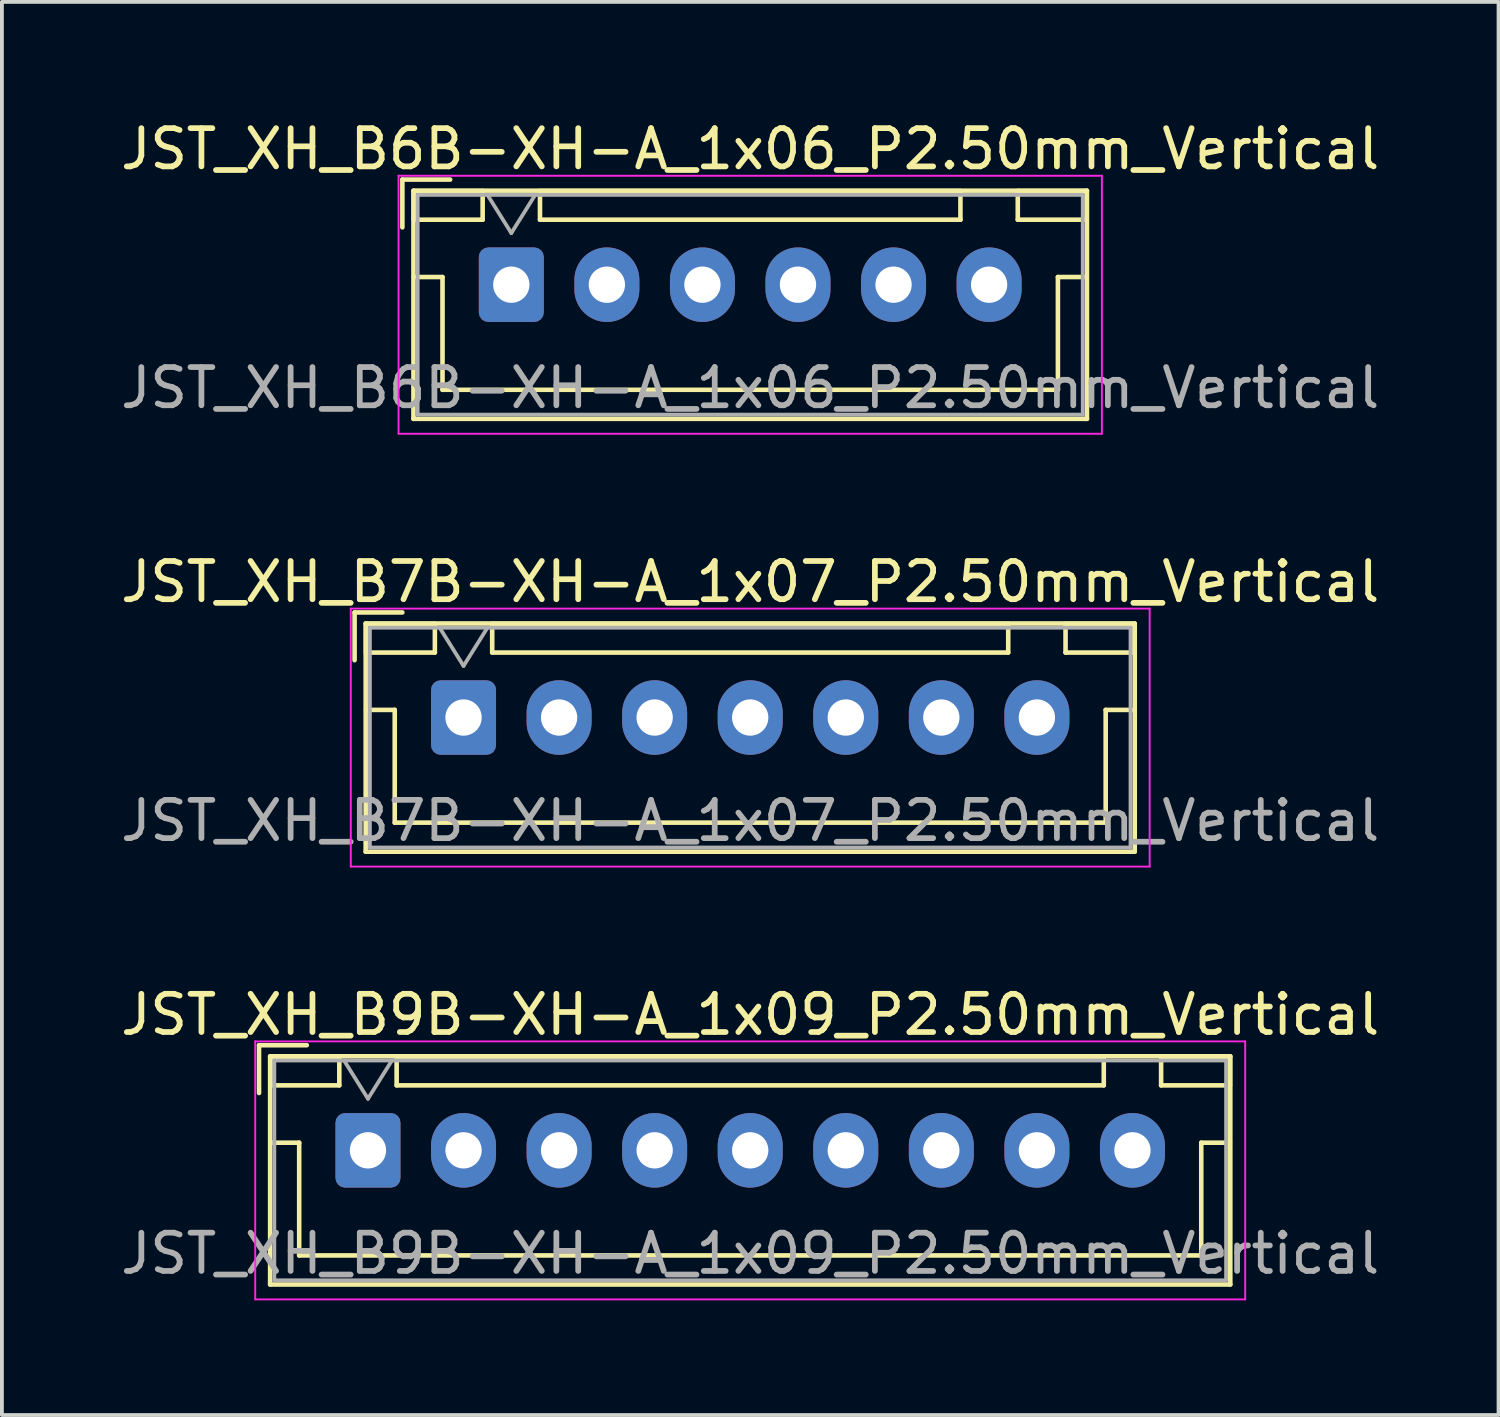
<source format=kicad_pcb>
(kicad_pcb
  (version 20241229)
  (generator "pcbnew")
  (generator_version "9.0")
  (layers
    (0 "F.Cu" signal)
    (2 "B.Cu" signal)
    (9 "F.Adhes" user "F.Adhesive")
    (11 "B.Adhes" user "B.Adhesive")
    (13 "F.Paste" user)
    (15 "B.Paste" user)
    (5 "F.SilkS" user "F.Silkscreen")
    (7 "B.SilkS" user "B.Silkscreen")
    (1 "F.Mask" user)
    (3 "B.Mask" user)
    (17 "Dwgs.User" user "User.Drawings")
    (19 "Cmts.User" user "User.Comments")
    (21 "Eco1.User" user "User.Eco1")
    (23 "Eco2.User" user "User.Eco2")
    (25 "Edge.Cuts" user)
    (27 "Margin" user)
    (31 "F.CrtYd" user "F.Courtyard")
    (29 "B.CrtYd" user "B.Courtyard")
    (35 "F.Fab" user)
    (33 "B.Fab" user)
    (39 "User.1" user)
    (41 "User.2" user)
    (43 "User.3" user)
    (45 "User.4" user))
  (footprint "JST_XH_B9B-XH-A_1x09_P2.50mm_Vertical"
    (layer "F.Cu")
    (at 6.577 27.045)
    (property "Reference" "JST_XH_B9B-XH-A_1x09_P2.50mm_Vertical" (at 10 -3.55 0) (layer "F.SilkS") (effects (font (size 1 1) (thickness 0.15))))
    (attr through_hole)
    (fp_line (start -2.85 -2.75) (end -2.85 -1.5) (stroke (width 0.12) (type solid)) (layer "F.SilkS"))
    (fp_line (start -2.56 -2.46) (end -2.56 3.51) (stroke (width 0.12) (type solid)) (layer "F.SilkS"))
    (fp_line (start -2.56 3.51) (end 22.56 3.51) (stroke (width 0.12) (type solid)) (layer "F.SilkS"))
    (fp_line (start -2.55 -2.45) (end -2.55 -1.7) (stroke (width 0.12) (type solid)) (layer "F.SilkS"))
    (fp_line (start -2.55 -1.7) (end -0.75 -1.7) (stroke (width 0.12) (type solid)) (layer "F.SilkS"))
    (fp_line (start -2.55 -0.2) (end -1.8 -0.2) (stroke (width 0.12) (type solid)) (layer "F.SilkS"))
    (fp_line (start -1.8 -0.2) (end -1.8 2.75) (stroke (width 0.12) (type solid)) (layer "F.SilkS"))
    (fp_line (start -1.8 2.75) (end 10 2.75) (stroke (width 0.12) (type solid)) (layer "F.SilkS"))
    (fp_line (start -1.6 -2.75) (end -2.85 -2.75) (stroke (width 0.12) (type solid)) (layer "F.SilkS"))
    (fp_line (start -0.75 -2.45) (end -2.55 -2.45) (stroke (width 0.12) (type solid)) (layer "F.SilkS"))
    (fp_line (start -0.75 -1.7) (end -0.75 -2.45) (stroke (width 0.12) (type solid)) (layer "F.SilkS"))
    (fp_line (start 0.75 -2.45) (end 0.75 -1.7) (stroke (width 0.12) (type solid)) (layer "F.SilkS"))
    (fp_line (start 0.75 -1.7) (end 19.25 -1.7) (stroke (width 0.12) (type solid)) (layer "F.SilkS"))
    (fp_line (start 19.25 -2.45) (end 0.75 -2.45) (stroke (width 0.12) (type solid)) (layer "F.SilkS"))
    (fp_line (start 19.25 -1.7) (end 19.25 -2.45) (stroke (width 0.12) (type solid)) (layer "F.SilkS"))
    (fp_line (start 20.75 -2.45) (end 20.75 -1.7) (stroke (width 0.12) (type solid)) (layer "F.SilkS"))
    (fp_line (start 20.75 -1.7) (end 22.55 -1.7) (stroke (width 0.12) (type solid)) (layer "F.SilkS"))
    (fp_line (start 21.8 -0.2) (end 21.8 2.75) (stroke (width 0.12) (type solid)) (layer "F.SilkS"))
    (fp_line (start 21.8 2.75) (end 10 2.75) (stroke (width 0.12) (type solid)) (layer "F.SilkS"))
    (fp_line (start 22.55 -2.45) (end 20.75 -2.45) (stroke (width 0.12) (type solid)) (layer "F.SilkS"))
    (fp_line (start 22.55 -1.7) (end 22.55 -2.45) (stroke (width 0.12) (type solid)) (layer "F.SilkS"))
    (fp_line (start 22.55 -0.2) (end 21.8 -0.2) (stroke (width 0.12) (type solid)) (layer "F.SilkS"))
    (fp_line (start 22.56 -2.46) (end -2.56 -2.46) (stroke (width 0.12) (type solid)) (layer "F.SilkS"))
    (fp_line (start 22.56 3.51) (end 22.56 -2.46) (stroke (width 0.12) (type solid)) (layer "F.SilkS"))
    (fp_line (start -2.95 -2.85) (end -2.95 3.9) (stroke (width 0.05) (type solid)) (layer "F.CrtYd"))
    (fp_line (start -2.95 3.9) (end 22.95 3.9) (stroke (width 0.05) (type solid)) (layer "F.CrtYd"))
    (fp_line (start 22.95 -2.85) (end -2.95 -2.85) (stroke (width 0.05) (type solid)) (layer "F.CrtYd"))
    (fp_line (start 22.95 3.9) (end 22.95 -2.85) (stroke (width 0.05) (type solid)) (layer "F.CrtYd"))
    (fp_line (start -2.45 -2.35) (end -2.45 3.4) (stroke (width 0.1) (type solid)) (layer "F.Fab"))
    (fp_line (start -2.45 3.4) (end 22.45 3.4) (stroke (width 0.1) (type solid)) (layer "F.Fab"))
    (fp_line (start -0.625 -2.35) (end 0 -1.35) (stroke (width 0.1) (type solid)) (layer "F.Fab"))
    (fp_line (start 0 -1.35) (end 0.625 -2.35) (stroke (width 0.1) (type solid)) (layer "F.Fab"))
    (fp_line (start 22.45 -2.35) (end -2.45 -2.35) (stroke (width 0.1) (type solid)) (layer "F.Fab"))
    (fp_line (start 22.45 3.4) (end 22.45 -2.35) (stroke (width 0.1) (type solid)) (layer "F.Fab"))
    (fp_text user "${REFERENCE}" (at 10 2.7 0) (layer "F.Fab") (effects (font (size 1 1) (thickness 0.15))))
    (pad "1" thru_hole roundrect (at 0 0) (size 1.7 1.95) (drill 0.95) (layers "*.Cu" "*.Mask") (roundrect_rratio 0.147))
    (pad "2" thru_hole oval (at 2.5 0) (size 1.7 1.95) (drill 0.95) (layers "*.Cu" "*.Mask"))
    (pad "3" thru_hole oval (at 5 0) (size 1.7 1.95) (drill 0.95) (layers "*.Cu" "*.Mask"))
    (pad "4" thru_hole oval (at 7.5 0) (size 1.7 1.95) (drill 0.95) (layers "*.Cu" "*.Mask"))
    (pad "5" thru_hole oval (at 10 0) (size 1.7 1.95) (drill 0.95) (layers "*.Cu" "*.Mask"))
    (pad "6" thru_hole oval (at 12.5 0) (size 1.7 1.95) (drill 0.95) (layers "*.Cu" "*.Mask"))
    (pad "7" thru_hole oval (at 15 0) (size 1.7 1.95) (drill 0.95) (layers "*.Cu" "*.Mask"))
    (pad "8" thru_hole oval (at 17.5 0) (size 1.7 1.95) (drill 0.95) (layers "*.Cu" "*.Mask"))
    (pad "9" thru_hole oval (at 20 0) (size 1.7 1.95) (drill 0.95) (layers "*.Cu" "*.Mask")))
  (footprint "JST_XH_B6B-XH-A_1x06_P2.50mm_Vertical"
    (layer "F.Cu")
    (at 10.327 4.398)
    (property "Reference" "JST_XH_B6B-XH-A_1x06_P2.50mm_Vertical" (at 6.25 -3.55 0) (layer "F.SilkS") (effects (font (size 1 1) (thickness 0.15))))
    (attr through_hole)
    (fp_line (start -2.85 -2.75) (end -2.85 -1.5) (stroke (width 0.12) (type solid)) (layer "F.SilkS"))
    (fp_line (start -2.56 -2.46) (end -2.56 3.51) (stroke (width 0.12) (type solid)) (layer "F.SilkS"))
    (fp_line (start -2.56 3.51) (end 15.06 3.51) (stroke (width 0.12) (type solid)) (layer "F.SilkS"))
    (fp_line (start -2.55 -2.45) (end -2.55 -1.7) (stroke (width 0.12) (type solid)) (layer "F.SilkS"))
    (fp_line (start -2.55 -1.7) (end -0.75 -1.7) (stroke (width 0.12) (type solid)) (layer "F.SilkS"))
    (fp_line (start -2.55 -0.2) (end -1.8 -0.2) (stroke (width 0.12) (type solid)) (layer "F.SilkS"))
    (fp_line (start -1.8 -0.2) (end -1.8 2.75) (stroke (width 0.12) (type solid)) (layer "F.SilkS"))
    (fp_line (start -1.8 2.75) (end 6.25 2.75) (stroke (width 0.12) (type solid)) (layer "F.SilkS"))
    (fp_line (start -1.6 -2.75) (end -2.85 -2.75) (stroke (width 0.12) (type solid)) (layer "F.SilkS"))
    (fp_line (start -0.75 -2.45) (end -2.55 -2.45) (stroke (width 0.12) (type solid)) (layer "F.SilkS"))
    (fp_line (start -0.75 -1.7) (end -0.75 -2.45) (stroke (width 0.12) (type solid)) (layer "F.SilkS"))
    (fp_line (start 0.75 -2.45) (end 0.75 -1.7) (stroke (width 0.12) (type solid)) (layer "F.SilkS"))
    (fp_line (start 0.75 -1.7) (end 11.75 -1.7) (stroke (width 0.12) (type solid)) (layer "F.SilkS"))
    (fp_line (start 11.75 -2.45) (end 0.75 -2.45) (stroke (width 0.12) (type solid)) (layer "F.SilkS"))
    (fp_line (start 11.75 -1.7) (end 11.75 -2.45) (stroke (width 0.12) (type solid)) (layer "F.SilkS"))
    (fp_line (start 13.25 -2.45) (end 13.25 -1.7) (stroke (width 0.12) (type solid)) (layer "F.SilkS"))
    (fp_line (start 13.25 -1.7) (end 15.05 -1.7) (stroke (width 0.12) (type solid)) (layer "F.SilkS"))
    (fp_line (start 14.3 -0.2) (end 14.3 2.75) (stroke (width 0.12) (type solid)) (layer "F.SilkS"))
    (fp_line (start 14.3 2.75) (end 6.25 2.75) (stroke (width 0.12) (type solid)) (layer "F.SilkS"))
    (fp_line (start 15.05 -2.45) (end 13.25 -2.45) (stroke (width 0.12) (type solid)) (layer "F.SilkS"))
    (fp_line (start 15.05 -1.7) (end 15.05 -2.45) (stroke (width 0.12) (type solid)) (layer "F.SilkS"))
    (fp_line (start 15.05 -0.2) (end 14.3 -0.2) (stroke (width 0.12) (type solid)) (layer "F.SilkS"))
    (fp_line (start 15.06 -2.46) (end -2.56 -2.46) (stroke (width 0.12) (type solid)) (layer "F.SilkS"))
    (fp_line (start 15.06 3.51) (end 15.06 -2.46) (stroke (width 0.12) (type solid)) (layer "F.SilkS"))
    (fp_line (start -2.95 -2.85) (end -2.95 3.9) (stroke (width 0.05) (type solid)) (layer "F.CrtYd"))
    (fp_line (start -2.95 3.9) (end 15.45 3.9) (stroke (width 0.05) (type solid)) (layer "F.CrtYd"))
    (fp_line (start 15.45 -2.85) (end -2.95 -2.85) (stroke (width 0.05) (type solid)) (layer "F.CrtYd"))
    (fp_line (start 15.45 3.9) (end 15.45 -2.85) (stroke (width 0.05) (type solid)) (layer "F.CrtYd"))
    (fp_line (start -2.45 -2.35) (end -2.45 3.4) (stroke (width 0.1) (type solid)) (layer "F.Fab"))
    (fp_line (start -2.45 3.4) (end 14.95 3.4) (stroke (width 0.1) (type solid)) (layer "F.Fab"))
    (fp_line (start -0.625 -2.35) (end 0 -1.35) (stroke (width 0.1) (type solid)) (layer "F.Fab"))
    (fp_line (start 0 -1.35) (end 0.625 -2.35) (stroke (width 0.1) (type solid)) (layer "F.Fab"))
    (fp_line (start 14.95 -2.35) (end -2.45 -2.35) (stroke (width 0.1) (type solid)) (layer "F.Fab"))
    (fp_line (start 14.95 3.4) (end 14.95 -2.35) (stroke (width 0.1) (type solid)) (layer "F.Fab"))
    (fp_text user "${REFERENCE}" (at 6.25 2.7 0) (layer "F.Fab") (effects (font (size 1 1) (thickness 0.15))))
    (pad "1" thru_hole roundrect (at 0 0) (size 1.7 1.95) (drill 0.95) (layers "*.Cu" "*.Mask") (roundrect_rratio 0.147))
    (pad "2" thru_hole oval (at 2.5 0) (size 1.7 1.95) (drill 0.95) (layers "*.Cu" "*.Mask"))
    (pad "3" thru_hole oval (at 5 0) (size 1.7 1.95) (drill 0.95) (layers "*.Cu" "*.Mask"))
    (pad "4" thru_hole oval (at 7.5 0) (size 1.7 1.95) (drill 0.95) (layers "*.Cu" "*.Mask"))
    (pad "5" thru_hole oval (at 10 0) (size 1.7 1.95) (drill 0.95) (layers "*.Cu" "*.Mask"))
    (pad "6" thru_hole oval (at 12.5 0) (size 1.7 1.95) (drill 0.95) (layers "*.Cu" "*.Mask")))
  (footprint "JST_XH_B7B-XH-A_1x07_P2.50mm_Vertical"
    (layer "F.Cu")
    (at 9.077 15.722)
    (property "Reference" "JST_XH_B7B-XH-A_1x07_P2.50mm_Vertical" (at 7.5 -3.55 0) (layer "F.SilkS") (effects (font (size 1 1) (thickness 0.15))))
    (attr through_hole)
    (fp_line (start -2.85 -2.75) (end -2.85 -1.5) (stroke (width 0.12) (type solid)) (layer "F.SilkS"))
    (fp_line (start -2.56 -2.46) (end -2.56 3.51) (stroke (width 0.12) (type solid)) (layer "F.SilkS"))
    (fp_line (start -2.56 3.51) (end 17.56 3.51) (stroke (width 0.12) (type solid)) (layer "F.SilkS"))
    (fp_line (start -2.55 -2.45) (end -2.55 -1.7) (stroke (width 0.12) (type solid)) (layer "F.SilkS"))
    (fp_line (start -2.55 -1.7) (end -0.75 -1.7) (stroke (width 0.12) (type solid)) (layer "F.SilkS"))
    (fp_line (start -2.55 -0.2) (end -1.8 -0.2) (stroke (width 0.12) (type solid)) (layer "F.SilkS"))
    (fp_line (start -1.8 -0.2) (end -1.8 2.75) (stroke (width 0.12) (type solid)) (layer "F.SilkS"))
    (fp_line (start -1.8 2.75) (end 7.5 2.75) (stroke (width 0.12) (type solid)) (layer "F.SilkS"))
    (fp_line (start -1.6 -2.75) (end -2.85 -2.75) (stroke (width 0.12) (type solid)) (layer "F.SilkS"))
    (fp_line (start -0.75 -2.45) (end -2.55 -2.45) (stroke (width 0.12) (type solid)) (layer "F.SilkS"))
    (fp_line (start -0.75 -1.7) (end -0.75 -2.45) (stroke (width 0.12) (type solid)) (layer "F.SilkS"))
    (fp_line (start 0.75 -2.45) (end 0.75 -1.7) (stroke (width 0.12) (type solid)) (layer "F.SilkS"))
    (fp_line (start 0.75 -1.7) (end 14.25 -1.7) (stroke (width 0.12) (type solid)) (layer "F.SilkS"))
    (fp_line (start 14.25 -2.45) (end 0.75 -2.45) (stroke (width 0.12) (type solid)) (layer "F.SilkS"))
    (fp_line (start 14.25 -1.7) (end 14.25 -2.45) (stroke (width 0.12) (type solid)) (layer "F.SilkS"))
    (fp_line (start 15.75 -2.45) (end 15.75 -1.7) (stroke (width 0.12) (type solid)) (layer "F.SilkS"))
    (fp_line (start 15.75 -1.7) (end 17.55 -1.7) (stroke (width 0.12) (type solid)) (layer "F.SilkS"))
    (fp_line (start 16.8 -0.2) (end 16.8 2.75) (stroke (width 0.12) (type solid)) (layer "F.SilkS"))
    (fp_line (start 16.8 2.75) (end 7.5 2.75) (stroke (width 0.12) (type solid)) (layer "F.SilkS"))
    (fp_line (start 17.55 -2.45) (end 15.75 -2.45) (stroke (width 0.12) (type solid)) (layer "F.SilkS"))
    (fp_line (start 17.55 -1.7) (end 17.55 -2.45) (stroke (width 0.12) (type solid)) (layer "F.SilkS"))
    (fp_line (start 17.55 -0.2) (end 16.8 -0.2) (stroke (width 0.12) (type solid)) (layer "F.SilkS"))
    (fp_line (start 17.56 -2.46) (end -2.56 -2.46) (stroke (width 0.12) (type solid)) (layer "F.SilkS"))
    (fp_line (start 17.56 3.51) (end 17.56 -2.46) (stroke (width 0.12) (type solid)) (layer "F.SilkS"))
    (fp_line (start -2.95 -2.85) (end -2.95 3.9) (stroke (width 0.05) (type solid)) (layer "F.CrtYd"))
    (fp_line (start -2.95 3.9) (end 17.95 3.9) (stroke (width 0.05) (type solid)) (layer "F.CrtYd"))
    (fp_line (start 17.95 -2.85) (end -2.95 -2.85) (stroke (width 0.05) (type solid)) (layer "F.CrtYd"))
    (fp_line (start 17.95 3.9) (end 17.95 -2.85) (stroke (width 0.05) (type solid)) (layer "F.CrtYd"))
    (fp_line (start -2.45 -2.35) (end -2.45 3.4) (stroke (width 0.1) (type solid)) (layer "F.Fab"))
    (fp_line (start -2.45 3.4) (end 17.45 3.4) (stroke (width 0.1) (type solid)) (layer "F.Fab"))
    (fp_line (start -0.625 -2.35) (end 0 -1.35) (stroke (width 0.1) (type solid)) (layer "F.Fab"))
    (fp_line (start 0 -1.35) (end 0.625 -2.35) (stroke (width 0.1) (type solid)) (layer "F.Fab"))
    (fp_line (start 17.45 -2.35) (end -2.45 -2.35) (stroke (width 0.1) (type solid)) (layer "F.Fab"))
    (fp_line (start 17.45 3.4) (end 17.45 -2.35) (stroke (width 0.1) (type solid)) (layer "F.Fab"))
    (fp_text user "${REFERENCE}" (at 7.5 2.7 0) (layer "F.Fab") (effects (font (size 1 1) (thickness 0.15))))
    (pad "1" thru_hole roundrect (at 0 0) (size 1.7 1.95) (drill 0.95) (layers "*.Cu" "*.Mask") (roundrect_rratio 0.147))
    (pad "2" thru_hole oval (at 2.5 0) (size 1.7 1.95) (drill 0.95) (layers "*.Cu" "*.Mask"))
    (pad "3" thru_hole oval (at 5 0) (size 1.7 1.95) (drill 0.95) (layers "*.Cu" "*.Mask"))
    (pad "4" thru_hole oval (at 7.5 0) (size 1.7 1.95) (drill 0.95) (layers "*.Cu" "*.Mask"))
    (pad "5" thru_hole oval (at 10 0) (size 1.7 1.95) (drill 0.95) (layers "*.Cu" "*.Mask"))
    (pad "6" thru_hole oval (at 12.5 0) (size 1.7 1.95) (drill 0.95) (layers "*.Cu" "*.Mask"))
    (pad "7" thru_hole oval (at 15 0) (size 1.7 1.95) (drill 0.95) (layers "*.Cu" "*.Mask")))
  (gr_rect
    (start -3 -3)
    (end 36.155 33.97)
    (stroke (width 0.1) (type default))
    (fill no)
    (layer "Edge.Cuts")))
</source>
